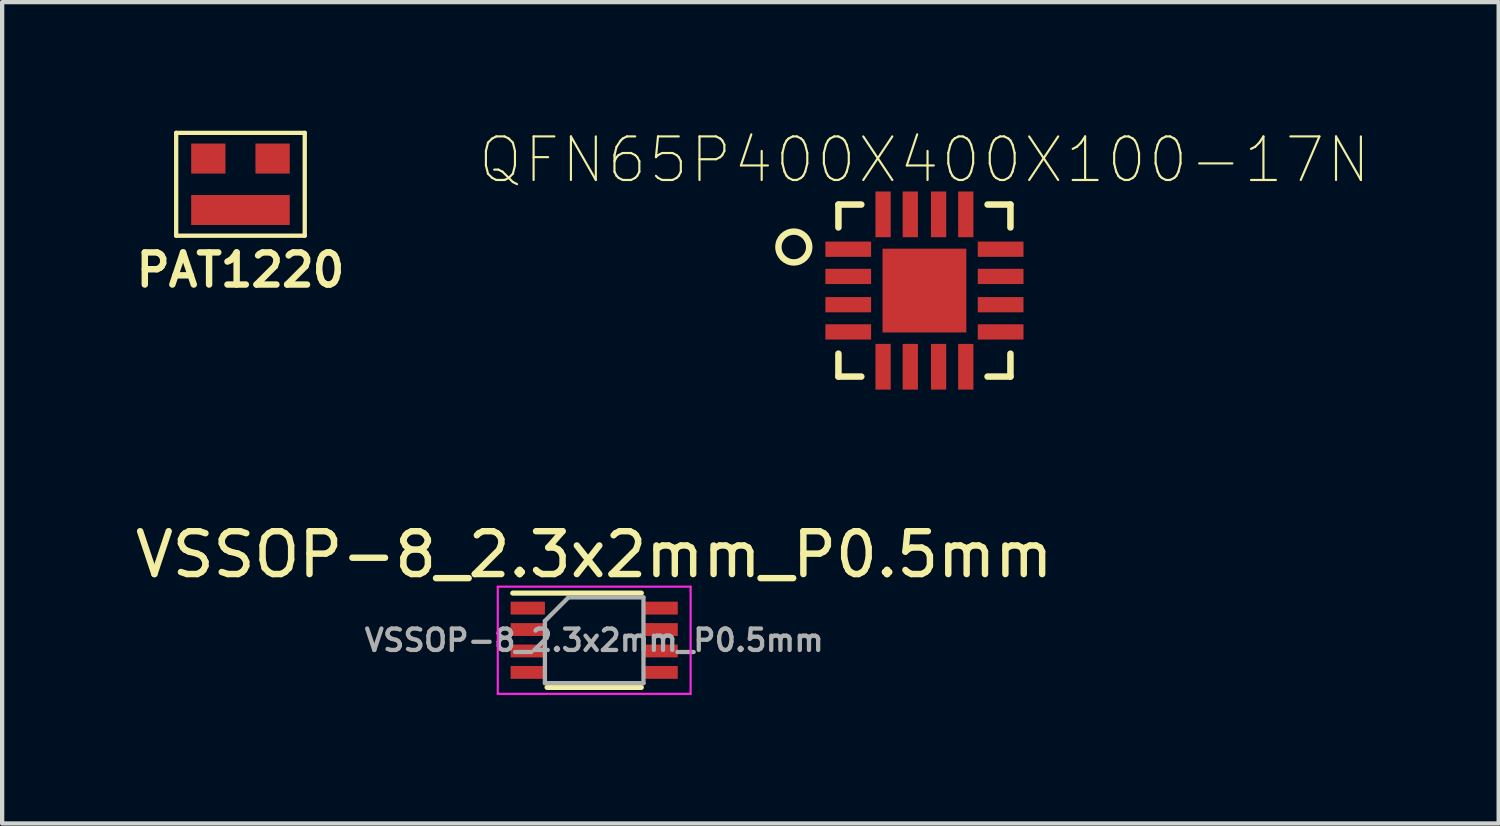
<source format=kicad_pcb>
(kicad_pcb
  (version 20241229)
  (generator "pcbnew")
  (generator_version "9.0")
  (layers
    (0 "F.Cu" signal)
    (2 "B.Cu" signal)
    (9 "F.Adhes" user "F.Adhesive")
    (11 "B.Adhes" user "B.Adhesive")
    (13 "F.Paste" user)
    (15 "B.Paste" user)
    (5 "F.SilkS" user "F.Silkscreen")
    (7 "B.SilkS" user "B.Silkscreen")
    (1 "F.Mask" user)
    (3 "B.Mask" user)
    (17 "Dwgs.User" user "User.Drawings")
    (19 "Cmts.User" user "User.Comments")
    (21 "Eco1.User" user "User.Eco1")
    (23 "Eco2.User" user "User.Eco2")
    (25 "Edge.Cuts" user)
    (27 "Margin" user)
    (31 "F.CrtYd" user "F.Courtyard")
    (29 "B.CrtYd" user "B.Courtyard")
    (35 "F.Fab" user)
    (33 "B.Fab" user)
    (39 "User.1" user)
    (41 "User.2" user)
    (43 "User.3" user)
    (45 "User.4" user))
  (footprint "PAT1220"
    (layer "F.Cu")
    (at 2.561 1.25)
    (property "Reference" "PAT1220" (at 0 2 0) (layer "F.SilkS") (effects (font (size 0.75 0.75) (thickness 0.15))))
    (attr through_hole)
    (fp_line (start -1.5 -1.2) (end 1.5 -1.2) (stroke (width 0.1) (type solid)) (layer "F.SilkS"))
    (fp_line (start -1.5 1.2) (end -1.5 -1.2) (stroke (width 0.1) (type solid)) (layer "F.SilkS"))
    (fp_line (start 1.5 -1.2) (end 1.5 1.2) (stroke (width 0.1) (type solid)) (layer "F.SilkS"))
    (fp_line (start 1.5 1.2) (end -1.5 1.2) (stroke (width 0.1) (type solid)) (layer "F.SilkS"))
    (pad "1" smd rect (at -0.75 -0.6) (size 0.8 0.7) (layers "F.Cu" "F.Mask" "F.Paste"))
    (pad "2" smd rect (at 0.75 -0.6) (size 0.8 0.7) (layers "F.Cu" "F.Mask" "F.Paste"))
    (pad "3" smd rect (at 0 0.6) (size 2.3 0.7) (layers "F.Cu" "F.Mask" "F.Paste")))
  (footprint "QFN65P400X400X100-17N"
    (layer "F.Cu")
    (at 18.521 3.73)
    (property "Reference" "QFN65P400X400X100-17N" (at 0 -3.048 0) (layer "F.SilkS") (effects (font (size 1.016 1.016) (thickness 0.05))))
    (attr smd)
    (fp_line (start -2.007 -2.007) (end -2.007 -1.473) (stroke (width 0.152) (type solid)) (layer "F.SilkS"))
    (fp_line (start -2.007 1.473) (end -2.007 2.007) (stroke (width 0.152) (type solid)) (layer "F.SilkS"))
    (fp_line (start -2.007 2.007) (end -1.473 2.007) (stroke (width 0.152) (type solid)) (layer "F.SilkS"))
    (fp_line (start -1.473 -2.007) (end -2.007 -2.007) (stroke (width 0.152) (type solid)) (layer "F.SilkS"))
    (fp_line (start 1.473 2.007) (end 2.007 2.007) (stroke (width 0.152) (type solid)) (layer "F.SilkS"))
    (fp_line (start 2.007 -2.007) (end 1.473 -2.007) (stroke (width 0.152) (type solid)) (layer "F.SilkS"))
    (fp_line (start 2.007 -1.473) (end 2.007 -2.007) (stroke (width 0.152) (type solid)) (layer "F.SilkS"))
    (fp_line (start 2.007 2.007) (end 2.007 1.473) (stroke (width 0.152) (type solid)) (layer "F.SilkS"))
    (fp_circle (center -3.048 -1.016) (end -2.794 -1.27) (stroke (width 0.15) (type solid)) (fill no) (layer "F.SilkS"))
    (fp_line (start -2.007 -2.007) (end -2.007 2.007) (stroke (width 0.1) (type solid)) (layer "Eco2.User"))
    (fp_line (start -2.007 -1.143) (end -2.007 -0.787) (stroke (width 0.1) (type solid)) (layer "Eco2.User"))
    (fp_line (start -2.007 -0.737) (end -0.737 -2.007) (stroke (width 0.1) (type solid)) (layer "Eco2.User"))
    (fp_line (start -2.007 -0.508) (end -2.007 -0.152) (stroke (width 0.1) (type solid)) (layer "Eco2.User"))
    (fp_line (start -2.007 0.152) (end -2.007 0.508) (stroke (width 0.1) (type solid)) (layer "Eco2.User"))
    (fp_line (start -2.007 0.787) (end -2.007 1.143) (stroke (width 0.1) (type solid)) (layer "Eco2.User"))
    (fp_line (start -2.007 2.007) (end 2.007 2.007) (stroke (width 0.1) (type solid)) (layer "Eco2.User"))
    (fp_line (start -1.143 2.007) (end -0.787 2.007) (stroke (width 0.1) (type solid)) (layer "Eco2.User"))
    (fp_line (start -0.787 -2.007) (end -1.143 -2.007) (stroke (width 0.1) (type solid)) (layer "Eco2.User"))
    (fp_line (start -0.508 2.007) (end -0.152 2.007) (stroke (width 0.1) (type solid)) (layer "Eco2.User"))
    (fp_line (start -0.152 -2.007) (end -0.508 -2.007) (stroke (width 0.1) (type solid)) (layer "Eco2.User"))
    (fp_line (start 0.152 2.007) (end 0.508 2.007) (stroke (width 0.1) (type solid)) (layer "Eco2.User"))
    (fp_line (start 0.508 -2.007) (end 0.152 -2.007) (stroke (width 0.1) (type solid)) (layer "Eco2.User"))
    (fp_line (start 0.787 2.007) (end 1.143 2.007) (stroke (width 0.1) (type solid)) (layer "Eco2.User"))
    (fp_line (start 1.143 -2.007) (end 0.787 -2.007) (stroke (width 0.1) (type solid)) (layer "Eco2.User"))
    (fp_line (start 2.007 -2.007) (end -2.007 -2.007) (stroke (width 0.1) (type solid)) (layer "Eco2.User"))
    (fp_line (start 2.007 -0.787) (end 2.007 -1.143) (stroke (width 0.1) (type solid)) (layer "Eco2.User"))
    (fp_line (start 2.007 -0.152) (end 2.007 -0.508) (stroke (width 0.1) (type solid)) (layer "Eco2.User"))
    (fp_line (start 2.007 0.508) (end 2.007 0.152) (stroke (width 0.1) (type solid)) (layer "Eco2.User"))
    (fp_line (start 2.007 1.143) (end 2.007 0.787) (stroke (width 0.1) (type solid)) (layer "Eco2.User"))
    (fp_line (start 2.007 2.007) (end 2.007 -2.007) (stroke (width 0.1) (type solid)) (layer "Eco2.User"))
    (pad "1" smd rect (at -1.778 -0.965 270) (size 0.356 1.067) (layers "F.Cu" "F.Mask" "F.Paste"))
    (pad "2" smd rect (at -1.778 -0.33 270) (size 0.356 1.067) (layers "F.Cu" "F.Mask" "F.Paste"))
    (pad "3" smd rect (at -1.778 0.33 270) (size 0.356 1.067) (layers "F.Cu" "F.Mask" "F.Paste"))
    (pad "4" smd rect (at -1.778 0.965 270) (size 0.356 1.067) (layers "F.Cu" "F.Mask" "F.Paste"))
    (pad "5" smd rect (at -0.965 1.778 180) (size 0.356 1.067) (layers "F.Cu" "F.Mask" "F.Paste"))
    (pad "6" smd rect (at -0.33 1.778 180) (size 0.356 1.067) (layers "F.Cu" "F.Mask" "F.Paste"))
    (pad "7" smd rect (at 0.33 1.778 180) (size 0.356 1.067) (layers "F.Cu" "F.Mask" "F.Paste"))
    (pad "8" smd rect (at 0.965 1.778 180) (size 0.356 1.067) (layers "F.Cu" "F.Mask" "F.Paste"))
    (pad "9" smd rect (at 1.778 0.965 270) (size 0.356 1.067) (layers "F.Cu" "F.Mask" "F.Paste"))
    (pad "10" smd rect (at 1.778 0.33 270) (size 0.356 1.067) (layers "F.Cu" "F.Mask" "F.Paste"))
    (pad "11" smd rect (at 1.778 -0.33 270) (size 0.356 1.067) (layers "F.Cu" "F.Mask" "F.Paste"))
    (pad "12" smd rect (at 1.778 -0.965 270) (size 0.356 1.067) (layers "F.Cu" "F.Mask" "F.Paste"))
    (pad "13" smd rect (at 0.965 -1.778 180) (size 0.356 1.067) (layers "F.Cu" "F.Mask" "F.Paste"))
    (pad "14" smd rect (at 0.33 -1.778 180) (size 0.356 1.067) (layers "F.Cu" "F.Mask" "F.Paste"))
    (pad "15" smd rect (at -0.33 -1.778 180) (size 0.356 1.067) (layers "F.Cu" "F.Mask" "F.Paste"))
    (pad "16" smd rect (at -0.965 -1.778 180) (size 0.356 1.067) (layers "F.Cu" "F.Mask" "F.Paste"))
    (pad "17" smd rect (at 0 0) (size 1.956 1.956) (layers "F.Cu" "F.Mask" "F.Paste")))
  (footprint "VSSOP-8_2.3x2mm_P0.5mm"
    (layer "F.Cu")
    (at 10.815 11.89)
    (property "Reference" "VSSOP-8_2.3x2mm_P0.5mm" (at 0 -2 0) (layer "F.SilkS") (effects (font (size 1 1) (thickness 0.15))))
    (attr smd)
    (fp_line (start 1.1 -1.1) (end -1.9 -1.1) (stroke (width 0.12) (type solid)) (layer "F.SilkS"))
    (fp_line (start 1.1 1.1) (end -1.1 1.1) (stroke (width 0.12) (type solid)) (layer "F.SilkS"))
    (fp_line (start -2.25 -1.25) (end 2.25 -1.25) (stroke (width 0.05) (type solid)) (layer "F.CrtYd"))
    (fp_line (start -2.25 1.25) (end -2.25 -1.25) (stroke (width 0.05) (type solid)) (layer "F.CrtYd"))
    (fp_line (start 2.25 -1.25) (end 2.25 1.25) (stroke (width 0.05) (type solid)) (layer "F.CrtYd"))
    (fp_line (start 2.25 1.25) (end -2.25 1.25) (stroke (width 0.05) (type solid)) (layer "F.CrtYd"))
    (fp_line (start -1.15 1) (end -1.15 -0.45) (stroke (width 0.1) (type solid)) (layer "F.Fab"))
    (fp_line (start -0.6 -1) (end -1.15 -0.45) (stroke (width 0.1) (type solid)) (layer "F.Fab"))
    (fp_line (start -0.6 -1) (end 1.15 -1) (stroke (width 0.1) (type solid)) (layer "F.Fab"))
    (fp_line (start 1.15 -1) (end 1.15 1) (stroke (width 0.1) (type solid)) (layer "F.Fab"))
    (fp_line (start 1.15 1) (end -1.15 1) (stroke (width 0.1) (type solid)) (layer "F.Fab"))
    (fp_text user "${REFERENCE}" (at 0 0 0) (layer "F.Fab") (effects (font (size 0.5 0.5) (thickness 0.1))))
    (pad "1" smd rect (at -1.55 -0.75 270) (size 0.3 0.8) (layers "F.Cu" "F.Mask" "F.Paste"))
    (pad "2" smd rect (at -1.55 -0.25 270) (size 0.3 0.8) (layers "F.Cu" "F.Mask" "F.Paste"))
    (pad "3" smd rect (at -1.55 0.25 270) (size 0.3 0.8) (layers "F.Cu" "F.Mask" "F.Paste"))
    (pad "4" smd rect (at -1.55 0.75 270) (size 0.3 0.8) (layers "F.Cu" "F.Mask" "F.Paste"))
    (pad "5" smd rect (at 1.55 0.75 270) (size 0.3 0.8) (layers "F.Cu" "F.Mask" "F.Paste"))
    (pad "6" smd rect (at 1.55 0.25 270) (size 0.3 0.8) (layers "F.Cu" "F.Mask" "F.Paste"))
    (pad "7" smd rect (at 1.55 -0.25 270) (size 0.3 0.8) (layers "F.Cu" "F.Mask" "F.Paste"))
    (pad "8" smd rect (at 1.55 -0.75 270) (size 0.3 0.8) (layers "F.Cu" "F.Mask" "F.Paste")))
  (gr_rect
    (start -3 -3)
    (end 31.92 16.165)
    (stroke (width 0.1) (type default))
    (fill no)
    (layer "Edge.Cuts")))
</source>
